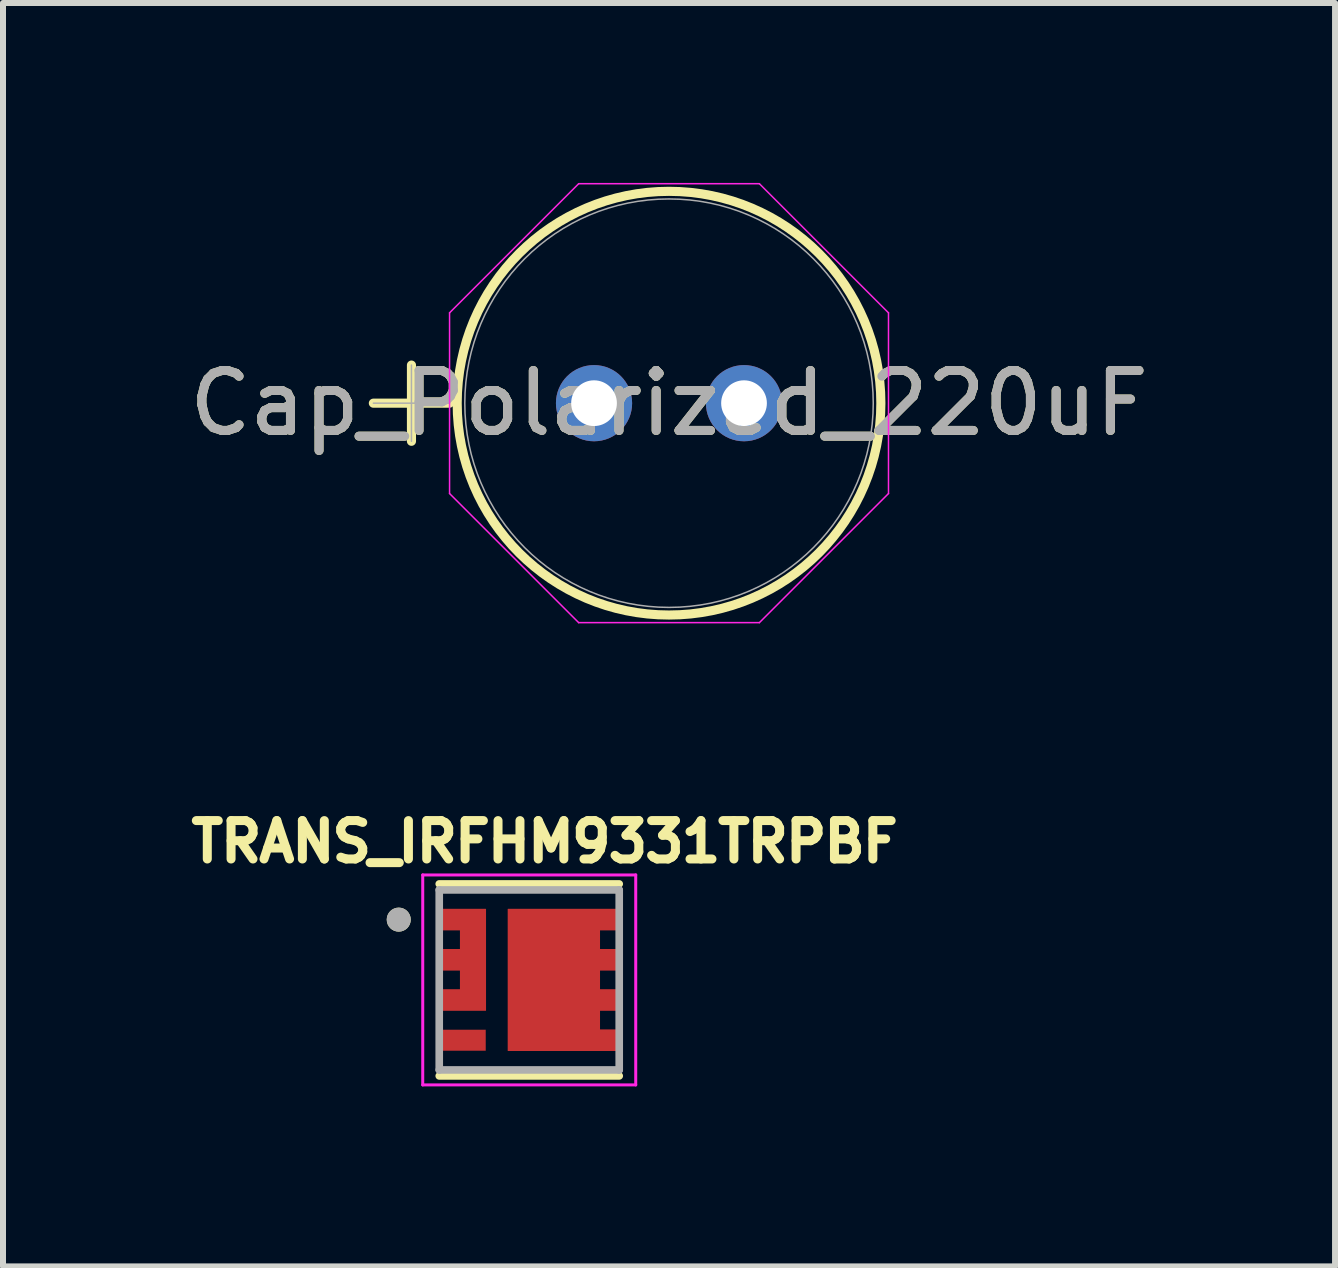
<source format=kicad_pcb>
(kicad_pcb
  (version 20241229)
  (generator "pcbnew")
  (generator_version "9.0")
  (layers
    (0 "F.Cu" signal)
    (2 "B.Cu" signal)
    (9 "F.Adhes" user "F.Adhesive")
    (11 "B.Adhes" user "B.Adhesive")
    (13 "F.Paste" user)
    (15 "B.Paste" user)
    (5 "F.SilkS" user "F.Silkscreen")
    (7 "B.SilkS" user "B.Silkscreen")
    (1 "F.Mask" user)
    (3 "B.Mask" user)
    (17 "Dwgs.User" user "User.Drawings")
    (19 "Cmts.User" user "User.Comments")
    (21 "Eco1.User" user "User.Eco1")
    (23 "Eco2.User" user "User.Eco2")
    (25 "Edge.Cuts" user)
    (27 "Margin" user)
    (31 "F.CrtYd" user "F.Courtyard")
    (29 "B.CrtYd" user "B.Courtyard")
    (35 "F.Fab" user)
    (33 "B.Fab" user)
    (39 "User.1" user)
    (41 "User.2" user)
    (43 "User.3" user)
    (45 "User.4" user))
  (footprint "Cap_Polarized_220uF"
    (layer "F.Cu")
    (at 6.851 3.67)
    (property "Reference" "Cap_Polarized_220uF" (at 1.25 0 0) (unlocked yes) (layer "F.SilkS") (effects (font (size 1 1) (thickness 0.15))))
    (attr through_hole)
    (fp_line (start -3.678 0) (end -2.408 0) (stroke (width 0.152) (type solid)) (layer "F.SilkS"))
    (fp_line (start -3.043 -0.635) (end -3.043 0.635) (stroke (width 0.152) (type solid)) (layer "F.SilkS"))
    (fp_circle (center 1.25 0) (end 4.781 0) (stroke (width 0.152) (type solid)) (fill no) (layer "F.SilkS"))
    (fp_line (start -2.408 -1.506) (end -0.256 -3.658) (stroke (width 0.025) (type solid)) (layer "F.CrtYd"))
    (fp_line (start -2.408 1.506) (end -2.408 -1.506) (stroke (width 0.025) (type solid)) (layer "F.CrtYd"))
    (fp_line (start -0.256 -3.658) (end 2.756 -3.658) (stroke (width 0.025) (type solid)) (layer "F.CrtYd"))
    (fp_line (start -0.256 3.658) (end -2.408 1.506) (stroke (width 0.025) (type solid)) (layer "F.CrtYd"))
    (fp_line (start 2.756 -3.658) (end 4.908 -1.506) (stroke (width 0.025) (type solid)) (layer "F.CrtYd"))
    (fp_line (start 2.756 3.658) (end -0.256 3.658) (stroke (width 0.025) (type solid)) (layer "F.CrtYd"))
    (fp_line (start 4.908 -1.506) (end 4.908 1.506) (stroke (width 0.025) (type solid)) (layer "F.CrtYd"))
    (fp_line (start 4.908 1.506) (end 2.756 3.658) (stroke (width 0.025) (type solid)) (layer "F.CrtYd"))
    (fp_line (start -3.678 0) (end -2.408 0) (stroke (width 0.025) (type solid)) (layer "F.Fab"))
    (fp_line (start -3.043 -0.635) (end -3.043 0.635) (stroke (width 0.025) (type solid)) (layer "F.Fab"))
    (fp_circle (center 1.25 0) (end 4.654 0) (stroke (width 0.025) (type solid)) (fill no) (layer "F.Fab"))
    (fp_text user "${REFERENCE}" (at 1.25 0 0) (unlocked yes) (layer "F.Fab") (effects (font (size 1 1) (thickness 0.15))))
    (pad "1" thru_hole circle (at 0 0) (size 1.27 1.27) (drill 0.762) (layers "*.Cu" "*.Mask"))
    (pad "2" thru_hole circle (at 2.5 0) (size 1.27 1.27) (drill 0.762) (layers "*.Cu" "*.Mask")))
  (footprint "TRANS_IRFHM9331TRPBF"
    (layer "F.Cu")
    (at 5.771 13.283)
    (property "Reference" "TRANS_IRFHM9331TRPBF" (at 0.257 -2.304 0) (layer "F.SilkS") (effects (font (size 0.64 0.64) (thickness 0.15))))
    (attr smd)
    (fp_poly (pts (xy -0.725 0.83) (xy -0.725 1.18) (xy -1.125 1.18) (xy -1.525 1.18) (xy -1.525 0.83) (xy -0.725 0.83)) (stroke (width 0.01) (type solid)) (fill yes) (layer "F.Mask"))
    (fp_poly (pts (xy -0.725 0.51) (xy -1.525 0.51) (xy -1.525 0.16) (xy -1.15 0.16) (xy -1.15 -0.16) (xy -1.525 -0.16) (xy -1.525 -0.51) (xy -1.15 -0.51) (xy -1.15 -0.83) (xy -1.525 -0.83) (xy -1.525 -1.18) (xy -0.725 -1.18)) (stroke (width 0.01) (type solid)) (fill yes) (layer "F.Mask"))
    (fp_poly (pts (xy -0.354 1.18) (xy -0.354 -1.18) (xy 1.525 -1.18) (xy 1.525 -0.83) (xy 1.175 -0.83) (xy 1.175 -0.51) (xy 1.525 -0.51) (xy 1.525 -0.16) (xy 1.175 -0.16) (xy 1.175 0.16) (xy 1.525 0.16) (xy 1.525 0.51) (xy 1.175 0.51) (xy 1.175 0.83) (xy 1.525 0.83) (xy 1.525 1.18)) (stroke (width 0.01) (type solid)) (fill yes) (layer "F.Mask"))
    (fp_line (start -1.5 -1.6) (end 1.5 -1.6) (stroke (width 0.127) (type solid)) (layer "F.SilkS"))
    (fp_line (start -1.5 1.6) (end 1.5 1.6) (stroke (width 0.127) (type solid)) (layer "F.SilkS"))
    (fp_circle (center -2.175 -1.005) (end -2.075 -1.005) (stroke (width 0.2) (type solid)) (fill no) (layer "F.SilkS"))
    (fp_poly (pts (xy -1.515 -0.84) (xy -1.515 -1.17) (xy -0.735 -1.17) (xy -0.735 -0.84)) (stroke (width 0.01) (type solid)) (fill yes) (layer "F.Paste"))
    (fp_poly (pts (xy -1.515 -0.17) (xy -1.515 -0.5) (xy -0.735 -0.5) (xy -0.735 -0.17)) (stroke (width 0.01) (type solid)) (fill yes) (layer "F.Paste"))
    (fp_poly (pts (xy -1.515 0.5) (xy -1.515 0.17) (xy -0.735 0.17) (xy -0.735 0.5)) (stroke (width 0.01) (type solid)) (fill yes) (layer "F.Paste"))
    (fp_poly (pts (xy -1.515 1.17) (xy -1.515 0.84) (xy -0.735 0.84) (xy -0.735 1.17)) (stroke (width 0.01) (type solid)) (fill yes) (layer "F.Paste"))
    (fp_poly (pts (xy -0.36 -0.17) (xy -0.36 -1.161) (xy 0.45 -1.161) (xy 0.45 -0.17)) (stroke (width 0.01) (type solid)) (fill yes) (layer "F.Paste"))
    (fp_poly (pts (xy -0.36 1.161) (xy -0.36 0.17) (xy 0.45 0.17) (xy 0.45 1.161)) (stroke (width 0.01) (type solid)) (fill yes) (layer "F.Paste"))
    (fp_poly (pts (xy 0.7 -1.16) (xy 1.51 -1.16) (xy 1.51 -0.835) (xy 1.16 -0.835) (xy 1.16 -0.495) (xy 1.51 -0.495) (xy 1.51 -0.17) (xy 0.7 -0.17)) (stroke (width 0.01) (type solid)) (fill yes) (layer "F.Paste"))
    (fp_poly (pts (xy 0.7 0.17) (xy 1.51 0.17) (xy 1.51 0.495) (xy 1.16 0.495) (xy 1.16 0.835) (xy 1.51 0.835) (xy 1.51 1.16) (xy 0.7 1.16)) (stroke (width 0.01) (type solid)) (fill yes) (layer "F.Paste"))
    (fp_line (start -1.775 -1.75) (end 1.775 -1.75) (stroke (width 0.05) (type solid)) (layer "F.CrtYd"))
    (fp_line (start -1.775 1.75) (end -1.775 -1.75) (stroke (width 0.05) (type solid)) (layer "F.CrtYd"))
    (fp_line (start 1.775 -1.75) (end 1.775 1.75) (stroke (width 0.05) (type solid)) (layer "F.CrtYd"))
    (fp_line (start 1.775 1.75) (end -1.775 1.75) (stroke (width 0.05) (type solid)) (layer "F.CrtYd"))
    (fp_line (start -1.5 -1.5) (end 1.5 -1.5) (stroke (width 0.127) (type solid)) (layer "F.Fab"))
    (fp_line (start -1.5 1.5) (end -1.5 -1.5) (stroke (width 0.127) (type solid)) (layer "F.Fab"))
    (fp_line (start 1.5 -1.5) (end 1.5 1.5) (stroke (width 0.127) (type solid)) (layer "F.Fab"))
    (fp_line (start 1.5 1.5) (end -1.5 1.5) (stroke (width 0.127) (type solid)) (layer "F.Fab"))
    (fp_circle (center -2.175 -1.005) (end -2.075 -1.005) (stroke (width 0.2) (type solid)) (fill no) (layer "F.Fab"))
    (pad "1_2_3" smd custom (at -1.35 -0.335) (size 0.1 0.1) (layers "F.Cu") (options (anchor rect)) (primitives (gr_poly (pts (xy 0.625 0.845) (xy -0.175 0.845) (xy -0.175 0.495) (xy 0.2 0.495) (xy 0.2 0.175) (xy -0.175 0.175) (xy -0.175 -0.175) (xy 0.2 -0.175) (xy 0.2 -0.495) (xy -0.175 -0.495) (xy -0.175 -0.845) (xy 0.625 -0.845)) (width 0.01) (fill yes))))
    (pad "4" smd rect (at -1.125 1.005) (size 0.8 0.35) (layers "F.Cu"))
    (pad "5_6_7_8" smd custom (at 0 0) (size 0.1 0.1) (layers "F.Cu") (options (anchor rect)) (primitives (gr_poly (pts (xy -0.354 1.18) (xy -0.354 -1.18) (xy 1.525 -1.18) (xy 1.525 -0.83) (xy 1.175 -0.83) (xy 1.175 -0.51) (xy 1.525 -0.51) (xy 1.525 -0.16) (xy 1.175 -0.16) (xy 1.175 0.16) (xy 1.525 0.16) (xy 1.525 0.51) (xy 1.175 0.51) (xy 1.175 0.83) (xy 1.525 0.83) (xy 1.525 1.18)) (width 0.01) (fill yes)))))
  (gr_rect
    (start -3 -3)
    (end 19.202 18.058)
    (stroke (width 0.1) (type default))
    (fill no)
    (layer "Edge.Cuts")))
</source>
